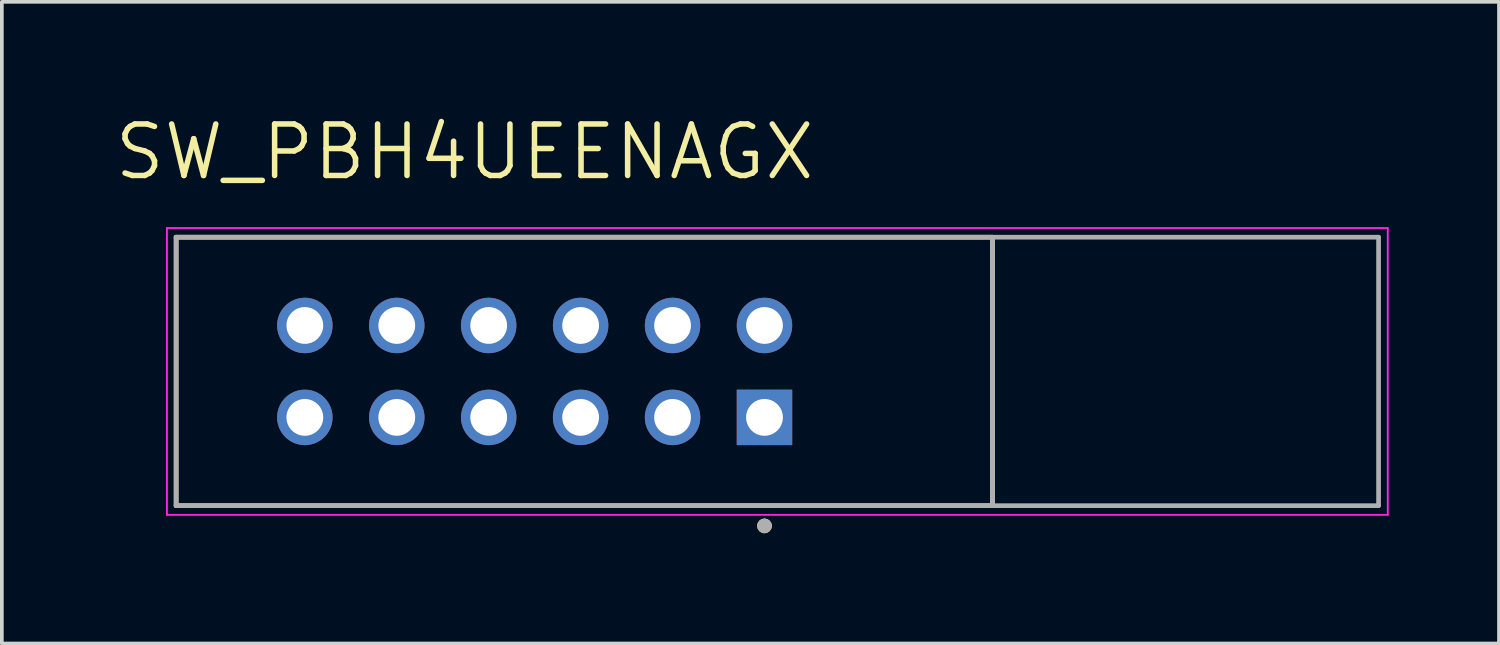
<source format=kicad_pcb>
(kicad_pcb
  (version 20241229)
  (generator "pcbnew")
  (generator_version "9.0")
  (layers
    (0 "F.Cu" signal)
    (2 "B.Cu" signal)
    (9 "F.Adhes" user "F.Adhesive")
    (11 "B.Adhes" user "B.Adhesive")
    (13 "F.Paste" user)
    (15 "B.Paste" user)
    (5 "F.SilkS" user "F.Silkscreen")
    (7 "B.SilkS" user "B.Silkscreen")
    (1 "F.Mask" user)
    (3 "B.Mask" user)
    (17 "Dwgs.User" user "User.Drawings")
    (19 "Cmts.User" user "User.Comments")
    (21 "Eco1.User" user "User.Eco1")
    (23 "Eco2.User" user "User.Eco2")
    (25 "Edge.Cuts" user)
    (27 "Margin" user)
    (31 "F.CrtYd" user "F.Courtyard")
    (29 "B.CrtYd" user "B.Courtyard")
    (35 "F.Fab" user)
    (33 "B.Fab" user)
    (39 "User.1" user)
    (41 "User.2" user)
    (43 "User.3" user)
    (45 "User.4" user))
  (footprint "SW_PBH4UEENAGX"
    (layer "F.Cu")
    (at 11.49 7.051)
    (property "Reference" "SW_PBH4UEENAGX" (at -1.905 -5.969 0) (layer "F.SilkS") (effects (font (size 1.4 1.4) (thickness 0.15))))
    (attr through_hole)
    (fp_line (start -9.75 -3.65) (end -9.75 3.65) (stroke (width 0.127) (type solid)) (layer "F.SilkS"))
    (fp_line (start -9.75 3.65) (end 12.45 3.65) (stroke (width 0.127) (type solid)) (layer "F.SilkS"))
    (fp_line (start 12.45 -3.65) (end -9.75 -3.65) (stroke (width 0.127) (type solid)) (layer "F.SilkS"))
    (fp_line (start 12.45 3.65) (end 12.45 -3.65) (stroke (width 0.127) (type solid)) (layer "F.SilkS"))
    (fp_circle (center 6.25 4.2) (end 6.35 4.2) (stroke (width 0.2) (type solid)) (fill no) (layer "F.SilkS"))
    (fp_line (start -10 -3.9) (end 23.2 -3.9) (stroke (width 0.05) (type solid)) (layer "F.CrtYd"))
    (fp_line (start -10 3.9) (end -10 -3.9) (stroke (width 0.05) (type solid)) (layer "F.CrtYd"))
    (fp_line (start 23.2 -3.9) (end 23.2 3.9) (stroke (width 0.05) (type solid)) (layer "F.CrtYd"))
    (fp_line (start 23.2 3.9) (end -10 3.9) (stroke (width 0.05) (type solid)) (layer "F.CrtYd"))
    (fp_line (start -9.75 -3.65) (end 12.45 -3.65) (stroke (width 0.127) (type solid)) (layer "F.Fab"))
    (fp_line (start -9.75 3.65) (end -9.75 -3.65) (stroke (width 0.127) (type solid)) (layer "F.Fab"))
    (fp_line (start 12.45 -3.65) (end 12.45 3.65) (stroke (width 0.127) (type solid)) (layer "F.Fab"))
    (fp_line (start 12.45 -3.65) (end 22.95 -3.65) (stroke (width 0.127) (type solid)) (layer "F.Fab"))
    (fp_line (start 12.45 3.65) (end -9.75 3.65) (stroke (width 0.127) (type solid)) (layer "F.Fab"))
    (fp_line (start 22.95 -3.65) (end 22.95 3.65) (stroke (width 0.127) (type solid)) (layer "F.Fab"))
    (fp_line (start 22.95 3.65) (end 12.45 3.65) (stroke (width 0.127) (type solid)) (layer "F.Fab"))
    (fp_circle (center 6.25 4.2) (end 6.35 4.2) (stroke (width 0.2) (type solid)) (fill no) (layer "F.Fab"))
    (pad "1" thru_hole rect (at 6.25 1.25) (size 1.508 1.508) (drill 1) (layers "*.Cu" "*.Mask"))
    (pad "2" thru_hole circle (at 3.75 1.25) (size 1.508 1.508) (drill 1) (layers "*.Cu" "*.Mask"))
    (pad "3" thru_hole circle (at 1.25 1.25) (size 1.508 1.508) (drill 1) (layers "*.Cu" "*.Mask"))
    (pad "4" thru_hole circle (at -1.25 1.25) (size 1.508 1.508) (drill 1) (layers "*.Cu" "*.Mask"))
    (pad "5" thru_hole circle (at -3.75 1.25) (size 1.508 1.508) (drill 1) (layers "*.Cu" "*.Mask"))
    (pad "6" thru_hole circle (at -6.25 1.25) (size 1.508 1.508) (drill 1) (layers "*.Cu" "*.Mask"))
    (pad "7" thru_hole circle (at 6.25 -1.25) (size 1.508 1.508) (drill 1) (layers "*.Cu" "*.Mask"))
    (pad "8" thru_hole circle (at 3.75 -1.25) (size 1.508 1.508) (drill 1) (layers "*.Cu" "*.Mask"))
    (pad "9" thru_hole circle (at 1.25 -1.25) (size 1.508 1.508) (drill 1) (layers "*.Cu" "*.Mask"))
    (pad "10" thru_hole circle (at -1.25 -1.25) (size 1.508 1.508) (drill 1) (layers "*.Cu" "*.Mask"))
    (pad "11" thru_hole circle (at -3.75 -1.25) (size 1.508 1.508) (drill 1) (layers "*.Cu" "*.Mask"))
    (pad "12" thru_hole circle (at -6.25 -1.25) (size 1.508 1.508) (drill 1) (layers "*.Cu" "*.Mask")))
  (gr_rect
    (start -3 -3)
    (end 37.715 14.451)
    (stroke (width 0.1) (type default))
    (fill no)
    (layer "Edge.Cuts")))
</source>
